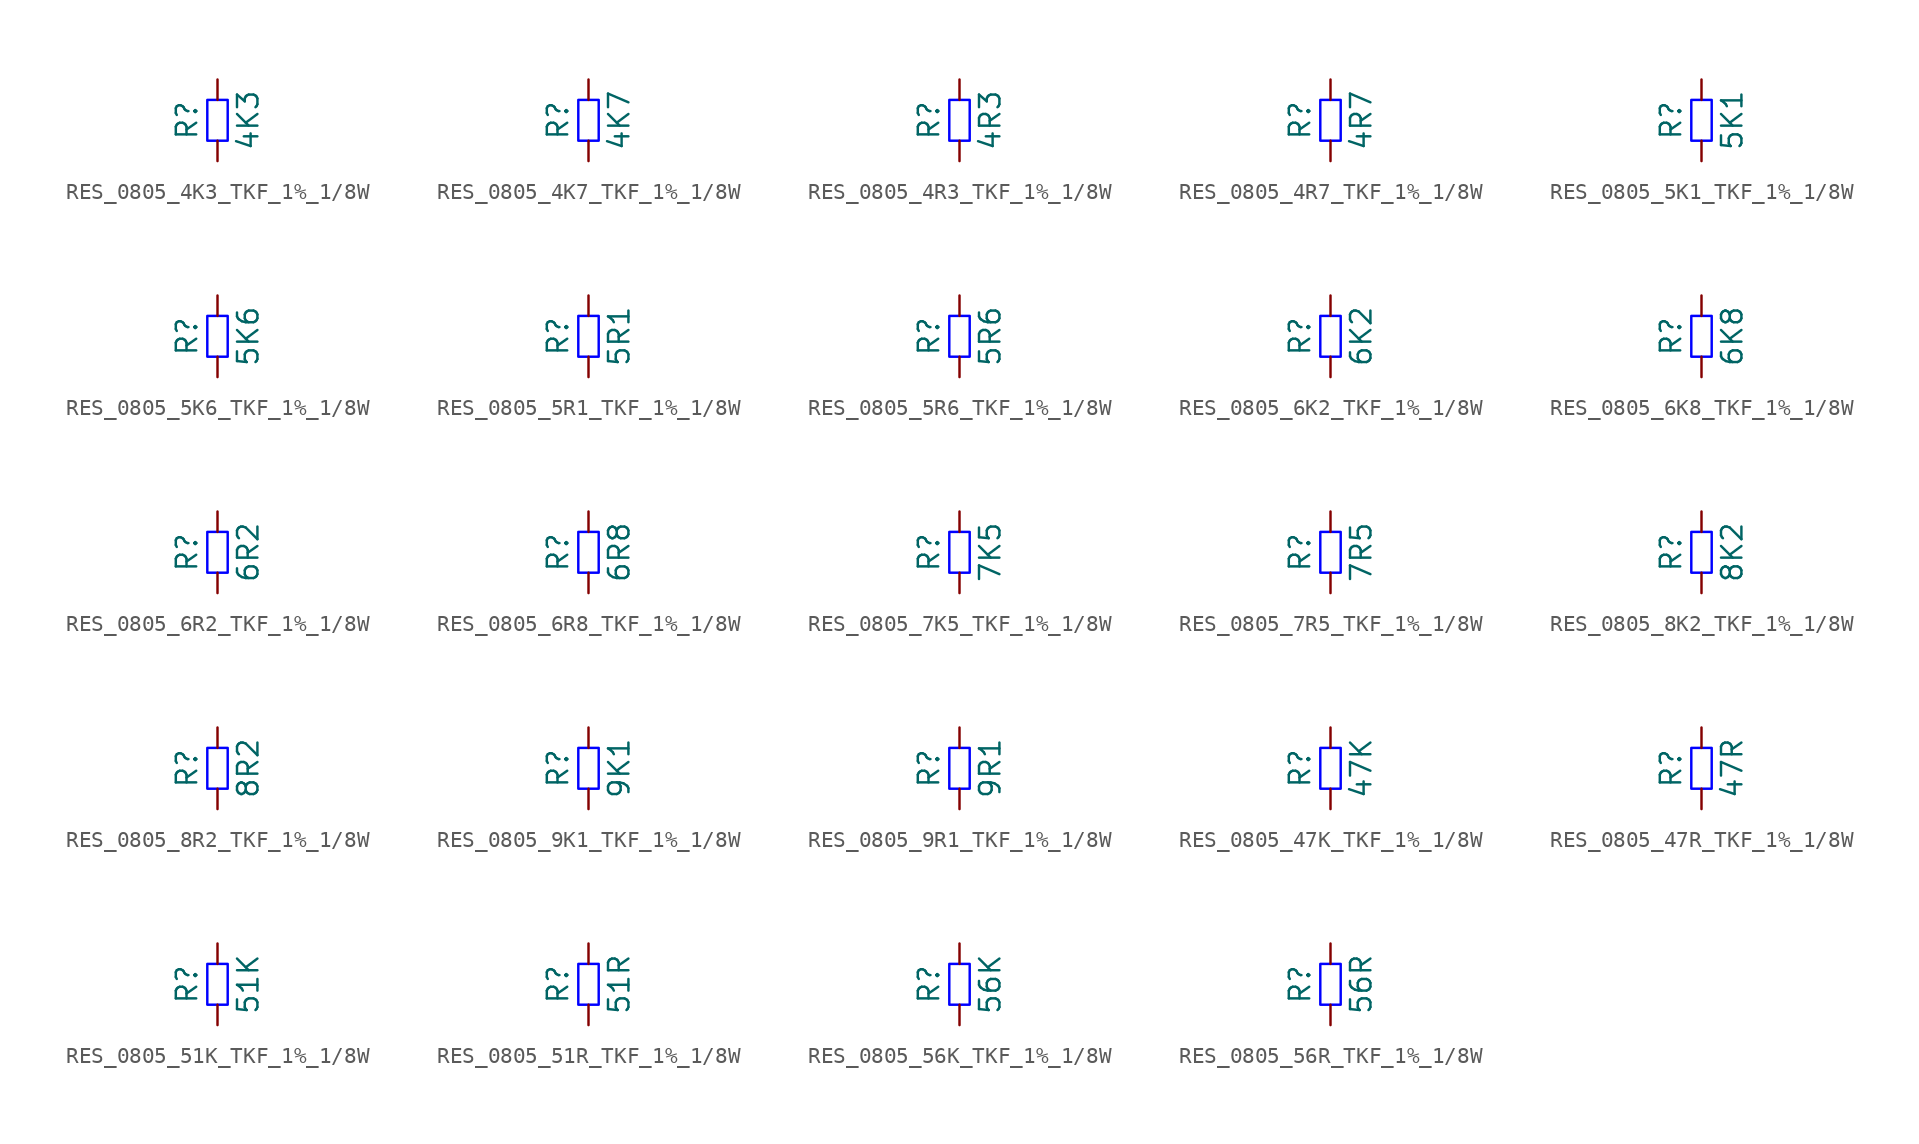
<source format=kicad_sym>
(kicad_symbol_lib
  (version 20220914)
  (generator kicad_symbol_editor)
  (symbol "RES_0805_4K3_TKF_1%_1/8W"
    (pin_numbers hide)
    (pin_names
      (offset 0) hide)
    (property "Reference" "R"
      (at -1.905 0 90)
      (do_not_autoplace)
      (effects (font (size 1.27 1.27))))
    (property "Value" "4K3"
      (at 1.905 0 90)
      (do_not_autoplace)
      (effects (font (size 1.27 1.27))))
    (symbol "RES_0805_4K3_TKF_1%_1/8W_1_1"
      (rectangle (start -0.635 -1.27) (end 0.635 1.27) (stroke (width 0) (type solid) (color 0 0 255 1)) (fill (type none)))
      (pin passive line (at 0 -2.54 90) (length 1.27) (name "~" (effects (font (size 1.27 1.27)))) (number "1" (effects (font (size 1.27 1.27)))))
      (pin passive line (at 0 2.54 270) (length 1.27) (name "~" (effects (font (size 1.27 1.27)))) (number "2" (effects (font (size 1.27 1.27)))))))
  (symbol "RES_0805_4K7_TKF_1%_1/8W"
    (pin_numbers hide)
    (pin_names
      (offset 0) hide)
    (property "Reference" "R"
      (at -1.905 0 90)
      (do_not_autoplace)
      (effects (font (size 1.27 1.27))))
    (property "Value" "4K7"
      (at 1.905 0 90)
      (do_not_autoplace)
      (effects (font (size 1.27 1.27))))
    (symbol "RES_0805_4K7_TKF_1%_1/8W_1_1"
      (rectangle (start -0.635 -1.27) (end 0.635 1.27) (stroke (width 0) (type solid) (color 0 0 255 1)) (fill (type none)))
      (pin passive line (at 0 -2.54 90) (length 1.27) (name "~" (effects (font (size 1.27 1.27)))) (number "1" (effects (font (size 1.27 1.27)))))
      (pin passive line (at 0 2.54 270) (length 1.27) (name "~" (effects (font (size 1.27 1.27)))) (number "2" (effects (font (size 1.27 1.27)))))))
  (symbol "RES_0805_4R3_TKF_1%_1/8W"
    (pin_numbers hide)
    (pin_names
      (offset 0) hide)
    (property "Reference" "R"
      (at -1.905 0 90)
      (do_not_autoplace)
      (effects (font (size 1.27 1.27))))
    (property "Value" "4R3"
      (at 1.905 0 90)
      (do_not_autoplace)
      (effects (font (size 1.27 1.27))))
    (symbol "RES_0805_4R3_TKF_1%_1/8W_1_1"
      (rectangle (start -0.635 -1.27) (end 0.635 1.27) (stroke (width 0) (type solid) (color 0 0 255 1)) (fill (type none)))
      (pin passive line (at 0 -2.54 90) (length 1.27) (name "~" (effects (font (size 1.27 1.27)))) (number "1" (effects (font (size 1.27 1.27)))))
      (pin passive line (at 0 2.54 270) (length 1.27) (name "~" (effects (font (size 1.27 1.27)))) (number "2" (effects (font (size 1.27 1.27)))))))
  (symbol "RES_0805_4R7_TKF_1%_1/8W"
    (pin_numbers hide)
    (pin_names
      (offset 0) hide)
    (property "Reference" "R"
      (at -1.905 0 90)
      (do_not_autoplace)
      (effects (font (size 1.27 1.27))))
    (property "Value" "4R7"
      (at 1.905 0 90)
      (do_not_autoplace)
      (effects (font (size 1.27 1.27))))
    (symbol "RES_0805_4R7_TKF_1%_1/8W_1_1"
      (rectangle (start -0.635 -1.27) (end 0.635 1.27) (stroke (width 0) (type solid) (color 0 0 255 1)) (fill (type none)))
      (pin passive line (at 0 -2.54 90) (length 1.27) (name "~" (effects (font (size 1.27 1.27)))) (number "1" (effects (font (size 1.27 1.27)))))
      (pin passive line (at 0 2.54 270) (length 1.27) (name "~" (effects (font (size 1.27 1.27)))) (number "2" (effects (font (size 1.27 1.27)))))))
  (symbol "RES_0805_5K1_TKF_1%_1/8W"
    (pin_numbers hide)
    (pin_names
      (offset 0) hide)
    (property "Reference" "R"
      (at -1.905 0 90)
      (do_not_autoplace)
      (effects (font (size 1.27 1.27))))
    (property "Value" "5K1"
      (at 1.905 0 90)
      (do_not_autoplace)
      (effects (font (size 1.27 1.27))))
    (symbol "RES_0805_5K1_TKF_1%_1/8W_1_1"
      (rectangle (start -0.635 -1.27) (end 0.635 1.27) (stroke (width 0) (type solid) (color 0 0 255 1)) (fill (type none)))
      (pin passive line (at 0 -2.54 90) (length 1.27) (name "~" (effects (font (size 1.27 1.27)))) (number "1" (effects (font (size 1.27 1.27)))))
      (pin passive line (at 0 2.54 270) (length 1.27) (name "~" (effects (font (size 1.27 1.27)))) (number "2" (effects (font (size 1.27 1.27)))))))
  (symbol "RES_0805_5K6_TKF_1%_1/8W"
    (pin_numbers hide)
    (pin_names
      (offset 0) hide)
    (property "Reference" "R"
      (at -1.905 0 90)
      (do_not_autoplace)
      (effects (font (size 1.27 1.27))))
    (property "Value" "5K6"
      (at 1.905 0 90)
      (do_not_autoplace)
      (effects (font (size 1.27 1.27))))
    (symbol "RES_0805_5K6_TKF_1%_1/8W_1_1"
      (rectangle (start -0.635 -1.27) (end 0.635 1.27) (stroke (width 0) (type solid) (color 0 0 255 1)) (fill (type none)))
      (pin passive line (at 0 -2.54 90) (length 1.27) (name "~" (effects (font (size 1.27 1.27)))) (number "1" (effects (font (size 1.27 1.27)))))
      (pin passive line (at 0 2.54 270) (length 1.27) (name "~" (effects (font (size 1.27 1.27)))) (number "2" (effects (font (size 1.27 1.27)))))))
  (symbol "RES_0805_5R1_TKF_1%_1/8W"
    (pin_numbers hide)
    (pin_names
      (offset 0) hide)
    (property "Reference" "R"
      (at -1.905 0 90)
      (do_not_autoplace)
      (effects (font (size 1.27 1.27))))
    (property "Value" "5R1"
      (at 1.905 0 90)
      (do_not_autoplace)
      (effects (font (size 1.27 1.27))))
    (symbol "RES_0805_5R1_TKF_1%_1/8W_1_1"
      (rectangle (start -0.635 -1.27) (end 0.635 1.27) (stroke (width 0) (type solid) (color 0 0 255 1)) (fill (type none)))
      (pin passive line (at 0 -2.54 90) (length 1.27) (name "~" (effects (font (size 1.27 1.27)))) (number "1" (effects (font (size 1.27 1.27)))))
      (pin passive line (at 0 2.54 270) (length 1.27) (name "~" (effects (font (size 1.27 1.27)))) (number "2" (effects (font (size 1.27 1.27)))))))
  (symbol "RES_0805_5R6_TKF_1%_1/8W"
    (pin_numbers hide)
    (pin_names
      (offset 0) hide)
    (property "Reference" "R"
      (at -1.905 0 90)
      (do_not_autoplace)
      (effects (font (size 1.27 1.27))))
    (property "Value" "5R6"
      (at 1.905 0 90)
      (do_not_autoplace)
      (effects (font (size 1.27 1.27))))
    (symbol "RES_0805_5R6_TKF_1%_1/8W_1_1"
      (rectangle (start -0.635 -1.27) (end 0.635 1.27) (stroke (width 0) (type solid) (color 0 0 255 1)) (fill (type none)))
      (pin passive line (at 0 -2.54 90) (length 1.27) (name "~" (effects (font (size 1.27 1.27)))) (number "1" (effects (font (size 1.27 1.27)))))
      (pin passive line (at 0 2.54 270) (length 1.27) (name "~" (effects (font (size 1.27 1.27)))) (number "2" (effects (font (size 1.27 1.27)))))))
  (symbol "RES_0805_6K2_TKF_1%_1/8W"
    (pin_numbers hide)
    (pin_names
      (offset 0) hide)
    (property "Reference" "R"
      (at -1.905 0 90)
      (do_not_autoplace)
      (effects (font (size 1.27 1.27))))
    (property "Value" "6K2"
      (at 1.905 0 90)
      (do_not_autoplace)
      (effects (font (size 1.27 1.27))))
    (symbol "RES_0805_6K2_TKF_1%_1/8W_1_1"
      (rectangle (start -0.635 -1.27) (end 0.635 1.27) (stroke (width 0) (type solid) (color 0 0 255 1)) (fill (type none)))
      (pin passive line (at 0 -2.54 90) (length 1.27) (name "~" (effects (font (size 1.27 1.27)))) (number "1" (effects (font (size 1.27 1.27)))))
      (pin passive line (at 0 2.54 270) (length 1.27) (name "~" (effects (font (size 1.27 1.27)))) (number "2" (effects (font (size 1.27 1.27)))))))
  (symbol "RES_0805_6K8_TKF_1%_1/8W"
    (pin_numbers hide)
    (pin_names
      (offset 0) hide)
    (property "Reference" "R"
      (at -1.905 0 90)
      (do_not_autoplace)
      (effects (font (size 1.27 1.27))))
    (property "Value" "6K8"
      (at 1.905 0 90)
      (do_not_autoplace)
      (effects (font (size 1.27 1.27))))
    (symbol "RES_0805_6K8_TKF_1%_1/8W_1_1"
      (rectangle (start -0.635 -1.27) (end 0.635 1.27) (stroke (width 0) (type solid) (color 0 0 255 1)) (fill (type none)))
      (pin passive line (at 0 -2.54 90) (length 1.27) (name "~" (effects (font (size 1.27 1.27)))) (number "1" (effects (font (size 1.27 1.27)))))
      (pin passive line (at 0 2.54 270) (length 1.27) (name "~" (effects (font (size 1.27 1.27)))) (number "2" (effects (font (size 1.27 1.27)))))))
  (symbol "RES_0805_6R2_TKF_1%_1/8W"
    (pin_numbers hide)
    (pin_names
      (offset 0) hide)
    (property "Reference" "R"
      (at -1.905 0 90)
      (do_not_autoplace)
      (effects (font (size 1.27 1.27))))
    (property "Value" "6R2"
      (at 1.905 0 90)
      (do_not_autoplace)
      (effects (font (size 1.27 1.27))))
    (symbol "RES_0805_6R2_TKF_1%_1/8W_1_1"
      (rectangle (start -0.635 -1.27) (end 0.635 1.27) (stroke (width 0) (type solid) (color 0 0 255 1)) (fill (type none)))
      (pin passive line (at 0 -2.54 90) (length 1.27) (name "~" (effects (font (size 1.27 1.27)))) (number "1" (effects (font (size 1.27 1.27)))))
      (pin passive line (at 0 2.54 270) (length 1.27) (name "~" (effects (font (size 1.27 1.27)))) (number "2" (effects (font (size 1.27 1.27)))))))
  (symbol "RES_0805_6R8_TKF_1%_1/8W"
    (pin_numbers hide)
    (pin_names
      (offset 0) hide)
    (property "Reference" "R"
      (at -1.905 0 90)
      (do_not_autoplace)
      (effects (font (size 1.27 1.27))))
    (property "Value" "6R8"
      (at 1.905 0 90)
      (do_not_autoplace)
      (effects (font (size 1.27 1.27))))
    (symbol "RES_0805_6R8_TKF_1%_1/8W_1_1"
      (rectangle (start -0.635 -1.27) (end 0.635 1.27) (stroke (width 0) (type solid) (color 0 0 255 1)) (fill (type none)))
      (pin passive line (at 0 -2.54 90) (length 1.27) (name "~" (effects (font (size 1.27 1.27)))) (number "1" (effects (font (size 1.27 1.27)))))
      (pin passive line (at 0 2.54 270) (length 1.27) (name "~" (effects (font (size 1.27 1.27)))) (number "2" (effects (font (size 1.27 1.27)))))))
  (symbol "RES_0805_7K5_TKF_1%_1/8W"
    (pin_numbers hide)
    (pin_names
      (offset 0) hide)
    (property "Reference" "R"
      (at -1.905 0 90)
      (do_not_autoplace)
      (effects (font (size 1.27 1.27))))
    (property "Value" "7K5"
      (at 1.905 0 90)
      (do_not_autoplace)
      (effects (font (size 1.27 1.27))))
    (symbol "RES_0805_7K5_TKF_1%_1/8W_1_1"
      (rectangle (start -0.635 -1.27) (end 0.635 1.27) (stroke (width 0) (type solid) (color 0 0 255 1)) (fill (type none)))
      (pin passive line (at 0 -2.54 90) (length 1.27) (name "~" (effects (font (size 1.27 1.27)))) (number "1" (effects (font (size 1.27 1.27)))))
      (pin passive line (at 0 2.54 270) (length 1.27) (name "~" (effects (font (size 1.27 1.27)))) (number "2" (effects (font (size 1.27 1.27)))))))
  (symbol "RES_0805_7R5_TKF_1%_1/8W"
    (pin_numbers hide)
    (pin_names
      (offset 0) hide)
    (property "Reference" "R"
      (at -1.905 0 90)
      (do_not_autoplace)
      (effects (font (size 1.27 1.27))))
    (property "Value" "7R5"
      (at 1.905 0 90)
      (do_not_autoplace)
      (effects (font (size 1.27 1.27))))
    (symbol "RES_0805_7R5_TKF_1%_1/8W_1_1"
      (rectangle (start -0.635 -1.27) (end 0.635 1.27) (stroke (width 0) (type solid) (color 0 0 255 1)) (fill (type none)))
      (pin passive line (at 0 -2.54 90) (length 1.27) (name "~" (effects (font (size 1.27 1.27)))) (number "1" (effects (font (size 1.27 1.27)))))
      (pin passive line (at 0 2.54 270) (length 1.27) (name "~" (effects (font (size 1.27 1.27)))) (number "2" (effects (font (size 1.27 1.27)))))))
  (symbol "RES_0805_8K2_TKF_1%_1/8W"
    (pin_numbers hide)
    (pin_names
      (offset 0) hide)
    (property "Reference" "R"
      (at -1.905 0 90)
      (do_not_autoplace)
      (effects (font (size 1.27 1.27))))
    (property "Value" "8K2"
      (at 1.905 0 90)
      (do_not_autoplace)
      (effects (font (size 1.27 1.27))))
    (symbol "RES_0805_8K2_TKF_1%_1/8W_1_1"
      (rectangle (start -0.635 -1.27) (end 0.635 1.27) (stroke (width 0) (type solid) (color 0 0 255 1)) (fill (type none)))
      (pin passive line (at 0 -2.54 90) (length 1.27) (name "~" (effects (font (size 1.27 1.27)))) (number "1" (effects (font (size 1.27 1.27)))))
      (pin passive line (at 0 2.54 270) (length 1.27) (name "~" (effects (font (size 1.27 1.27)))) (number "2" (effects (font (size 1.27 1.27)))))))
  (symbol "RES_0805_8R2_TKF_1%_1/8W"
    (pin_numbers hide)
    (pin_names
      (offset 0) hide)
    (property "Reference" "R"
      (at -1.905 0 90)
      (do_not_autoplace)
      (effects (font (size 1.27 1.27))))
    (property "Value" "8R2"
      (at 1.905 0 90)
      (do_not_autoplace)
      (effects (font (size 1.27 1.27))))
    (symbol "RES_0805_8R2_TKF_1%_1/8W_1_1"
      (rectangle (start -0.635 -1.27) (end 0.635 1.27) (stroke (width 0) (type solid) (color 0 0 255 1)) (fill (type none)))
      (pin passive line (at 0 -2.54 90) (length 1.27) (name "~" (effects (font (size 1.27 1.27)))) (number "1" (effects (font (size 1.27 1.27)))))
      (pin passive line (at 0 2.54 270) (length 1.27) (name "~" (effects (font (size 1.27 1.27)))) (number "2" (effects (font (size 1.27 1.27)))))))
  (symbol "RES_0805_9K1_TKF_1%_1/8W"
    (pin_numbers hide)
    (pin_names
      (offset 0) hide)
    (property "Reference" "R"
      (at -1.905 0 90)
      (do_not_autoplace)
      (effects (font (size 1.27 1.27))))
    (property "Value" "9K1"
      (at 1.905 0 90)
      (do_not_autoplace)
      (effects (font (size 1.27 1.27))))
    (symbol "RES_0805_9K1_TKF_1%_1/8W_1_1"
      (rectangle (start -0.635 -1.27) (end 0.635 1.27) (stroke (width 0) (type solid) (color 0 0 255 1)) (fill (type none)))
      (pin passive line (at 0 -2.54 90) (length 1.27) (name "~" (effects (font (size 1.27 1.27)))) (number "1" (effects (font (size 1.27 1.27)))))
      (pin passive line (at 0 2.54 270) (length 1.27) (name "~" (effects (font (size 1.27 1.27)))) (number "2" (effects (font (size 1.27 1.27)))))))
  (symbol "RES_0805_9R1_TKF_1%_1/8W"
    (pin_numbers hide)
    (pin_names
      (offset 0) hide)
    (property "Reference" "R"
      (at -1.905 0 90)
      (do_not_autoplace)
      (effects (font (size 1.27 1.27))))
    (property "Value" "9R1"
      (at 1.905 0 90)
      (do_not_autoplace)
      (effects (font (size 1.27 1.27))))
    (symbol "RES_0805_9R1_TKF_1%_1/8W_1_1"
      (rectangle (start -0.635 -1.27) (end 0.635 1.27) (stroke (width 0) (type solid) (color 0 0 255 1)) (fill (type none)))
      (pin passive line (at 0 -2.54 90) (length 1.27) (name "~" (effects (font (size 1.27 1.27)))) (number "1" (effects (font (size 1.27 1.27)))))
      (pin passive line (at 0 2.54 270) (length 1.27) (name "~" (effects (font (size 1.27 1.27)))) (number "2" (effects (font (size 1.27 1.27)))))))
  (symbol "RES_0805_47K_TKF_1%_1/8W"
    (pin_numbers hide)
    (pin_names
      (offset 0) hide)
    (property "Reference" "R"
      (at -1.905 0 90)
      (do_not_autoplace)
      (effects (font (size 1.27 1.27))))
    (property "Value" "47K"
      (at 1.905 0 90)
      (do_not_autoplace)
      (effects (font (size 1.27 1.27))))
    (symbol "RES_0805_47K_TKF_1%_1/8W_1_1"
      (rectangle (start -0.635 -1.27) (end 0.635 1.27) (stroke (width 0) (type solid) (color 0 0 255 1)) (fill (type none)))
      (pin passive line (at 0 -2.54 90) (length 1.27) (name "~" (effects (font (size 1.27 1.27)))) (number "1" (effects (font (size 1.27 1.27)))))
      (pin passive line (at 0 2.54 270) (length 1.27) (name "~" (effects (font (size 1.27 1.27)))) (number "2" (effects (font (size 1.27 1.27)))))))
  (symbol "RES_0805_47R_TKF_1%_1/8W"
    (pin_numbers hide)
    (pin_names
      (offset 0) hide)
    (property "Reference" "R"
      (at -1.905 0 90)
      (do_not_autoplace)
      (effects (font (size 1.27 1.27))))
    (property "Value" "47R"
      (at 1.905 0 90)
      (do_not_autoplace)
      (effects (font (size 1.27 1.27))))
    (symbol "RES_0805_47R_TKF_1%_1/8W_1_1"
      (rectangle (start -0.635 -1.27) (end 0.635 1.27) (stroke (width 0) (type solid) (color 0 0 255 1)) (fill (type none)))
      (pin passive line (at 0 -2.54 90) (length 1.27) (name "~" (effects (font (size 1.27 1.27)))) (number "1" (effects (font (size 1.27 1.27)))))
      (pin passive line (at 0 2.54 270) (length 1.27) (name "~" (effects (font (size 1.27 1.27)))) (number "2" (effects (font (size 1.27 1.27)))))))
  (symbol "RES_0805_51K_TKF_1%_1/8W"
    (pin_numbers hide)
    (pin_names
      (offset 0) hide)
    (property "Reference" "R"
      (at -1.905 0 90)
      (do_not_autoplace)
      (effects (font (size 1.27 1.27))))
    (property "Value" "51K"
      (at 1.905 0 90)
      (do_not_autoplace)
      (effects (font (size 1.27 1.27))))
    (symbol "RES_0805_51K_TKF_1%_1/8W_1_1"
      (rectangle (start -0.635 -1.27) (end 0.635 1.27) (stroke (width 0) (type solid) (color 0 0 255 1)) (fill (type none)))
      (pin passive line (at 0 -2.54 90) (length 1.27) (name "~" (effects (font (size 1.27 1.27)))) (number "1" (effects (font (size 1.27 1.27)))))
      (pin passive line (at 0 2.54 270) (length 1.27) (name "~" (effects (font (size 1.27 1.27)))) (number "2" (effects (font (size 1.27 1.27)))))))
  (symbol "RES_0805_51R_TKF_1%_1/8W"
    (pin_numbers hide)
    (pin_names
      (offset 0) hide)
    (property "Reference" "R"
      (at -1.905 0 90)
      (do_not_autoplace)
      (effects (font (size 1.27 1.27))))
    (property "Value" "51R"
      (at 1.905 0 90)
      (do_not_autoplace)
      (effects (font (size 1.27 1.27))))
    (symbol "RES_0805_51R_TKF_1%_1/8W_1_1"
      (rectangle (start -0.635 -1.27) (end 0.635 1.27) (stroke (width 0) (type solid) (color 0 0 255 1)) (fill (type none)))
      (pin passive line (at 0 -2.54 90) (length 1.27) (name "~" (effects (font (size 1.27 1.27)))) (number "1" (effects (font (size 1.27 1.27)))))
      (pin passive line (at 0 2.54 270) (length 1.27) (name "~" (effects (font (size 1.27 1.27)))) (number "2" (effects (font (size 1.27 1.27)))))))
  (symbol "RES_0805_56K_TKF_1%_1/8W"
    (pin_numbers hide)
    (pin_names
      (offset 0) hide)
    (property "Reference" "R"
      (at -1.905 0 90)
      (do_not_autoplace)
      (effects (font (size 1.27 1.27))))
    (property "Value" "56K"
      (at 1.905 0 90)
      (do_not_autoplace)
      (effects (font (size 1.27 1.27))))
    (symbol "RES_0805_56K_TKF_1%_1/8W_1_1"
      (rectangle (start -0.635 -1.27) (end 0.635 1.27) (stroke (width 0) (type solid) (color 0 0 255 1)) (fill (type none)))
      (pin passive line (at 0 -2.54 90) (length 1.27) (name "~" (effects (font (size 1.27 1.27)))) (number "1" (effects (font (size 1.27 1.27)))))
      (pin passive line (at 0 2.54 270) (length 1.27) (name "~" (effects (font (size 1.27 1.27)))) (number "2" (effects (font (size 1.27 1.27)))))))
  (symbol "RES_0805_56R_TKF_1%_1/8W"
    (pin_numbers hide)
    (pin_names
      (offset 0) hide)
    (property "Reference" "R"
      (at -1.905 0 90)
      (do_not_autoplace)
      (effects (font (size 1.27 1.27))))
    (property "Value" "56R"
      (at 1.905 0 90)
      (do_not_autoplace)
      (effects (font (size 1.27 1.27))))
    (symbol "RES_0805_56R_TKF_1%_1/8W_1_1"
      (rectangle (start -0.635 -1.27) (end 0.635 1.27) (stroke (width 0) (type solid) (color 0 0 255 1)) (fill (type none)))
      (pin passive line (at 0 -2.54 90) (length 1.27) (name "~" (effects (font (size 1.27 1.27)))) (number "1" (effects (font (size 1.27 1.27)))))
      (pin passive line (at 0 2.54 270) (length 1.27) (name "~" (effects (font (size 1.27 1.27)))) (number "2" (effects (font (size 1.27 1.27))))))))
</source>
